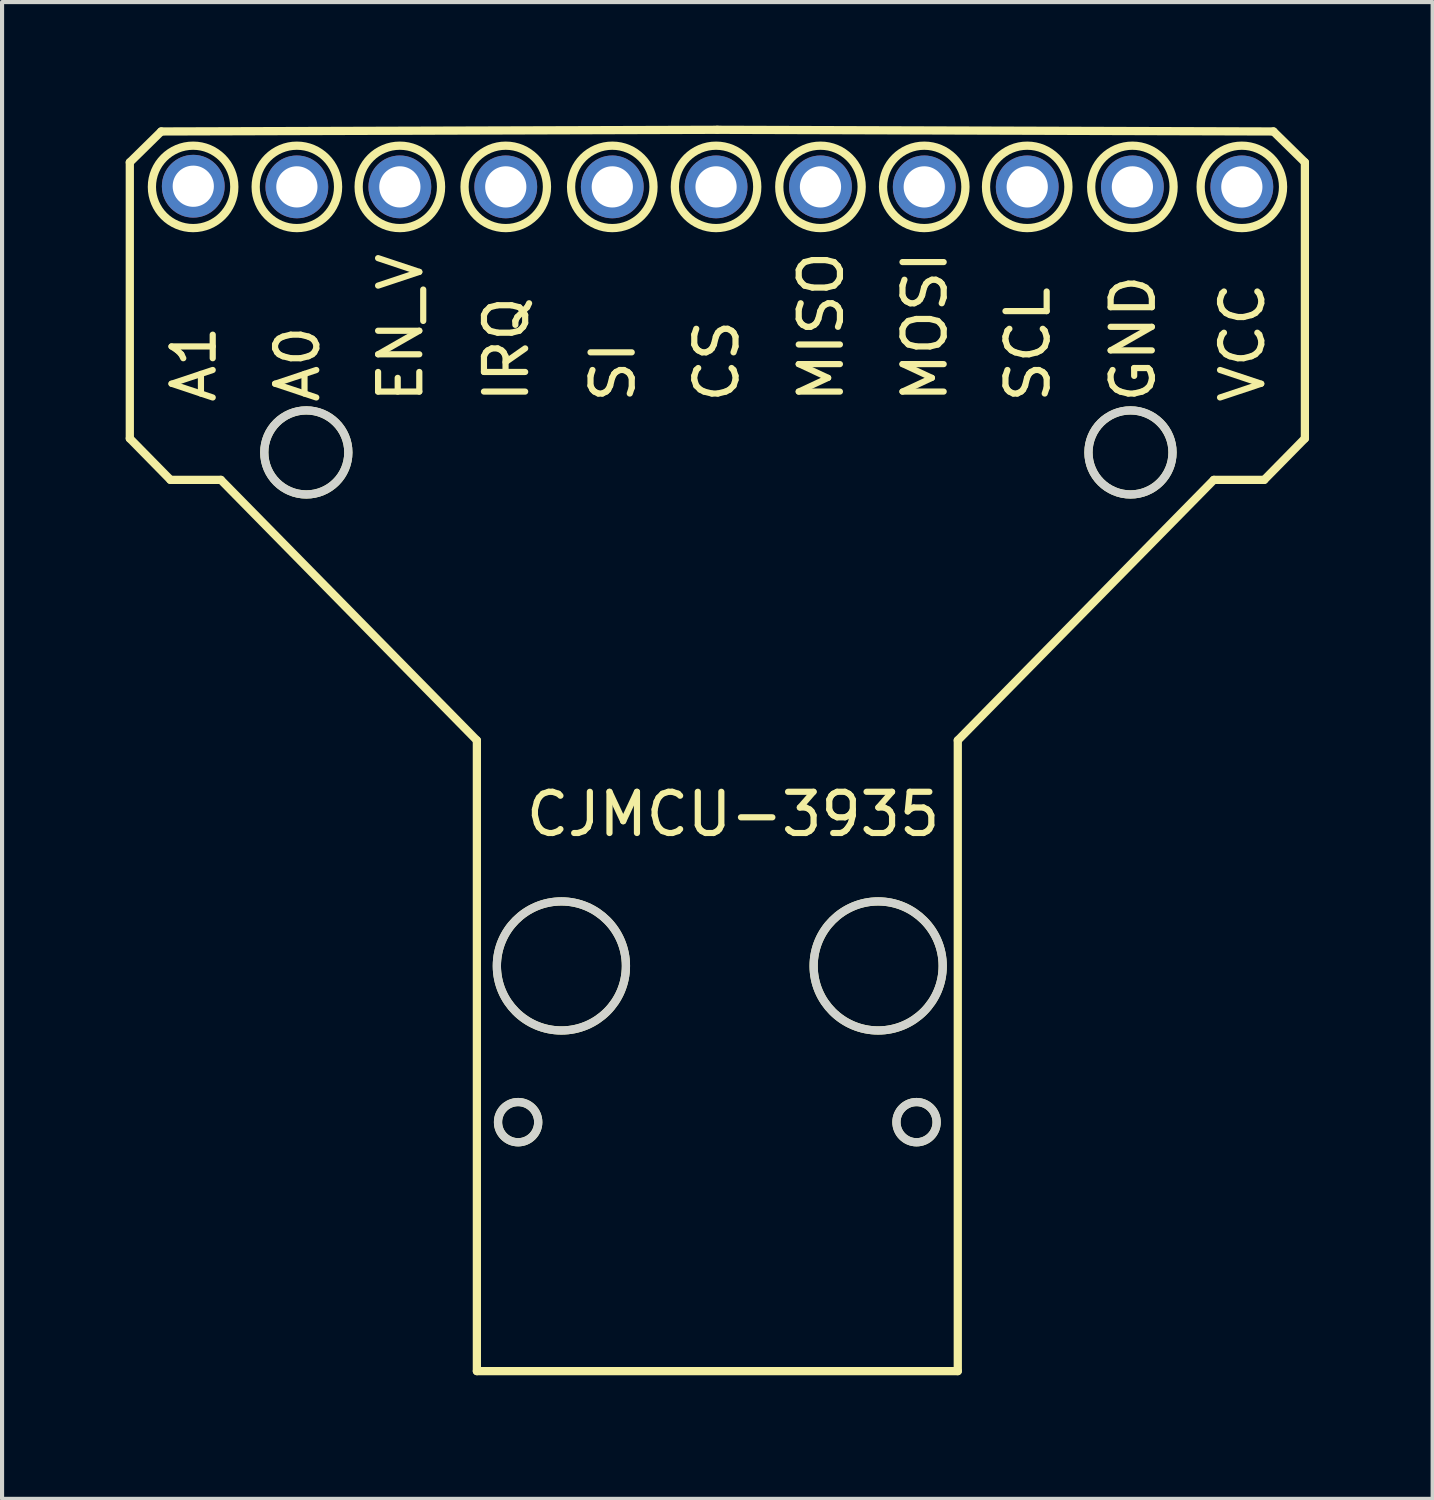
<source format=kicad_pcb>
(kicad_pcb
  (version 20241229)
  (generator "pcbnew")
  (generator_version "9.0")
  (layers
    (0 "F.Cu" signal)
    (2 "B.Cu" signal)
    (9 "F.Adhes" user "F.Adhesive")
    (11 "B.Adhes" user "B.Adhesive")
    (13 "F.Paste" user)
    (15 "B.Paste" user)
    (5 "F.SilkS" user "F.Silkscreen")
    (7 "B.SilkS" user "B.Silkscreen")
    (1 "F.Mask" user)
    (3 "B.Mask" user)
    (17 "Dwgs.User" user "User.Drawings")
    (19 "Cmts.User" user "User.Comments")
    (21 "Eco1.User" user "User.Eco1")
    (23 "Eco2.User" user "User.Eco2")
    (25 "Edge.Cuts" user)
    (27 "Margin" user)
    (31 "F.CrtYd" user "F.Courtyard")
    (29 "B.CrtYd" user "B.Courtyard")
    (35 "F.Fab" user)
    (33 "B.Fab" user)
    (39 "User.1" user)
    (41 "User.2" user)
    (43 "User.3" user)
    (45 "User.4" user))
  (footprint "CJMCU-3935"
    (layer "F.Cu")
    (at 14.74 17.209)
    (property "Reference" "CJMCU-3935" (at 0 -0.5 0) (unlocked yes) (layer "F.SilkS") (effects (font (size 1 1) (thickness 0.15))))
    (attr through_hole)
    (fp_line (start -14.64 -16.32) (end -14.64 -9.619) (stroke (width 0.2) (type solid)) (layer "F.SilkS"))
    (fp_line (start -14.64 -9.619) (end -13.653 -8.614) (stroke (width 0.2) (type solid)) (layer "F.SilkS"))
    (fp_line (start -13.878 -17.069) (end -14.64 -16.32) (stroke (width 0.2) (type solid)) (layer "F.SilkS"))
    (fp_line (start -13.653 -8.614) (end -12.43 -8.614) (stroke (width 0.2) (type solid)) (layer "F.SilkS"))
    (fp_line (start -12.43 -8.614) (end -6.218 -2.293) (stroke (width 0.2) (type solid)) (layer "F.SilkS"))
    (fp_line (start -6.218 -2.293) (end -6.218 13.013) (stroke (width 0.2) (type solid)) (layer "F.SilkS"))
    (fp_line (start -6.218 13.013) (end 5.452 13.013) (stroke (width 0.2) (type solid)) (layer "F.SilkS"))
    (fp_line (start -0.383 -17.109) (end -13.878 -17.069) (stroke (width 0.2) (type solid)) (layer "F.SilkS"))
    (fp_line (start 5.452 -2.293) (end 11.665 -8.614) (stroke (width 0.2) (type solid)) (layer "F.SilkS"))
    (fp_line (start 5.452 13.013) (end 5.452 -2.293) (stroke (width 0.2) (type solid)) (layer "F.SilkS"))
    (fp_line (start 11.665 -8.614) (end 12.887 -8.614) (stroke (width 0.2) (type solid)) (layer "F.SilkS"))
    (fp_line (start 12.887 -8.614) (end 13.875 -9.619) (stroke (width 0.2) (type solid)) (layer "F.SilkS"))
    (fp_line (start 13.112 -17.069) (end -0.383 -17.109) (stroke (width 0.2) (type solid)) (layer "F.SilkS"))
    (fp_line (start 13.875 -16.32) (end 13.112 -17.069) (stroke (width 0.2) (type solid)) (layer "F.SilkS"))
    (fp_line (start 13.875 -9.619) (end 13.875 -16.32) (stroke (width 0.2) (type solid)) (layer "F.SilkS"))
    (fp_circle (center -13.104 -15.724) (end -12.104 -15.724) (stroke (width 0.2) (type solid)) (fill no) (layer "F.SilkS"))
    (fp_circle (center -10.586 -15.724) (end -9.586 -15.724) (stroke (width 0.2) (type solid)) (fill no) (layer "F.SilkS"))
    (fp_circle (center -10.357 -9.28) (end -9.337 -9.28) (stroke (width 0.2) (type solid)) (fill no) (layer "F.SilkS"))
    (fp_circle (center -8.087 -15.724) (end -7.087 -15.724) (stroke (width 0.2) (type solid)) (fill no) (layer "F.SilkS"))
    (fp_circle (center -5.517 -15.724) (end -4.517 -15.724) (stroke (width 0.2) (type solid)) (fill no) (layer "F.SilkS"))
    (fp_circle (center -5.217 6.972) (end -4.729 6.972) (stroke (width 0.2) (type solid)) (fill no) (layer "F.SilkS"))
    (fp_circle (center -4.167 3.181) (end -2.601 3.181) (stroke (width 0.2) (type solid)) (fill no) (layer "F.SilkS"))
    (fp_circle (center -2.932 -15.724) (end -1.932 -15.724) (stroke (width 0.2) (type solid)) (fill no) (layer "F.SilkS"))
    (fp_circle (center -0.414 -15.724) (end 0.586 -15.724) (stroke (width 0.2) (type solid)) (fill no) (layer "F.SilkS"))
    (fp_circle (center 2.12 -15.724) (end 3.12 -15.724) (stroke (width 0.2) (type solid)) (fill no) (layer "F.SilkS"))
    (fp_circle (center 3.52 3.181) (end 5.086 3.181) (stroke (width 0.2) (type solid)) (fill no) (layer "F.SilkS"))
    (fp_circle (center 4.451 6.972) (end 4.939 6.972) (stroke (width 0.2) (type solid)) (fill no) (layer "F.SilkS"))
    (fp_circle (center 4.638 -15.724) (end 5.638 -15.724) (stroke (width 0.2) (type solid)) (fill no) (layer "F.SilkS"))
    (fp_circle (center 7.137 -15.724) (end 8.137 -15.724) (stroke (width 0.2) (type solid)) (fill no) (layer "F.SilkS"))
    (fp_circle (center 9.643 -9.28) (end 10.663 -9.28) (stroke (width 0.2) (type solid)) (fill no) (layer "F.SilkS"))
    (fp_circle (center 9.689 -15.724) (end 10.689 -15.724) (stroke (width 0.2) (type solid)) (fill no) (layer "F.SilkS"))
    (fp_circle (center 12.345 -15.724) (end 13.345 -15.724) (stroke (width 0.2) (type solid)) (fill no) (layer "F.SilkS"))
    (fp_circle (center -10.357 -9.28) (end -9.337 -9.28) (stroke (width 0.2) (type solid)) (fill no) (layer "Edge.Cuts"))
    (fp_circle (center -5.217 6.972) (end -4.729 6.972) (stroke (width 0.2) (type solid)) (fill no) (layer "Edge.Cuts"))
    (fp_circle (center -4.167 3.181) (end -2.601 3.181) (stroke (width 0.2) (type solid)) (fill no) (layer "Edge.Cuts"))
    (fp_circle (center 3.52 3.181) (end 5.086 3.181) (stroke (width 0.2) (type solid)) (fill no) (layer "Edge.Cuts"))
    (fp_circle (center 4.451 6.972) (end 4.939 6.972) (stroke (width 0.2) (type solid)) (fill no) (layer "Edge.Cuts"))
    (fp_circle (center 9.643 -9.28) (end 10.663 -9.28) (stroke (width 0.2) (type solid)) (fill no) (layer "Edge.Cuts"))
    (fp_text user "MOSI" (at 5.24 -10.42 90) (unlocked yes) (layer "F.SilkS") (effects (font (size 1 1) (thickness 0.15)) (justify left bottom)))
    (fp_text user "A1" (at -12.498 -10.42 90) (unlocked yes) (layer "F.SilkS") (effects (font (size 1 1) (thickness 0.15)) (justify left bottom)))
    (fp_text user "A0" (at -9.985 -10.42 90) (unlocked yes) (layer "F.SilkS") (effects (font (size 1 1) (thickness 0.15)) (justify left bottom)))
    (fp_text user "GND" (at 10.291 -10.42 90) (unlocked yes) (layer "F.SilkS") (effects (font (size 1 1) (thickness 0.15)) (justify left bottom)))
    (fp_text user "SI" (at -2.33 -10.42 90) (unlocked yes) (layer "F.SilkS") (effects (font (size 1 1) (thickness 0.15)) (justify left bottom)))
    (fp_text user "CS" (at 0.188 -10.42 90) (unlocked yes) (layer "F.SilkS") (effects (font (size 1 1) (thickness 0.15)) (justify left bottom)))
    (fp_text user "MISO" (at 2.722 -10.42 90) (unlocked yes) (layer "F.SilkS") (effects (font (size 1 1) (thickness 0.15)) (justify left bottom)))
    (fp_text user "SCL" (at 7.739 -10.42 90) (unlocked yes) (layer "F.SilkS") (effects (font (size 1 1) (thickness 0.15)) (justify left bottom)))
    (fp_text user "IRQ" (at -4.916 -10.42 90) (unlocked yes) (layer "F.SilkS") (effects (font (size 1 1) (thickness 0.15)) (justify left bottom)))
    (fp_text user "VCC" (at 12.946 -10.42 90) (unlocked yes) (layer "F.SilkS") (effects (font (size 1 1) (thickness 0.15)) (justify left bottom)))
    (fp_text user "EN_V" (at -7.485 -10.42 90) (unlocked yes) (layer "F.SilkS") (effects (font (size 1 1) (thickness 0.15)) (justify left bottom)))
    (pad "1" thru_hole circle (at -13.1 -15.74) (size 1.524 1.524) (drill 1) (layers "*.Cu" "*.Mask"))
    (pad "2" thru_hole circle (at -10.586 -15.724) (size 1.524 1.524) (drill 1) (layers "*.Cu" "*.Mask"))
    (pad "3" thru_hole circle (at -8.087 -15.724) (size 1.524 1.524) (drill 1) (layers "*.Cu" "*.Mask"))
    (pad "4" thru_hole circle (at -5.517 -15.724) (size 1.524 1.524) (drill 1) (layers "*.Cu" "*.Mask"))
    (pad "5" thru_hole circle (at -2.932 -15.724) (size 1.524 1.524) (drill 1) (layers "*.Cu" "*.Mask"))
    (pad "6" thru_hole circle (at -0.414 -15.724) (size 1.524 1.524) (drill 1) (layers "*.Cu" "*.Mask"))
    (pad "7" thru_hole circle (at 2.12 -15.724) (size 1.524 1.524) (drill 1) (layers "*.Cu" "*.Mask"))
    (pad "8" thru_hole circle (at 4.638 -15.724) (size 1.524 1.524) (drill 1) (layers "*.Cu" "*.Mask"))
    (pad "9" thru_hole circle (at 7.137 -15.724) (size 1.524 1.524) (drill 1) (layers "*.Cu" "*.Mask"))
    (pad "10" thru_hole circle (at 9.689 -15.724) (size 1.524 1.524) (drill 1) (layers "*.Cu" "*.Mask"))
    (pad "11" thru_hole circle (at 12.345 -15.724) (size 1.524 1.524) (drill 1) (layers "*.Cu" "*.Mask")))
  (gr_rect
    (start -3 -3)
    (end 31.715 33.322)
    (stroke (width 0.1) (type default))
    (fill no)
    (layer "Edge.Cuts")))
</source>
